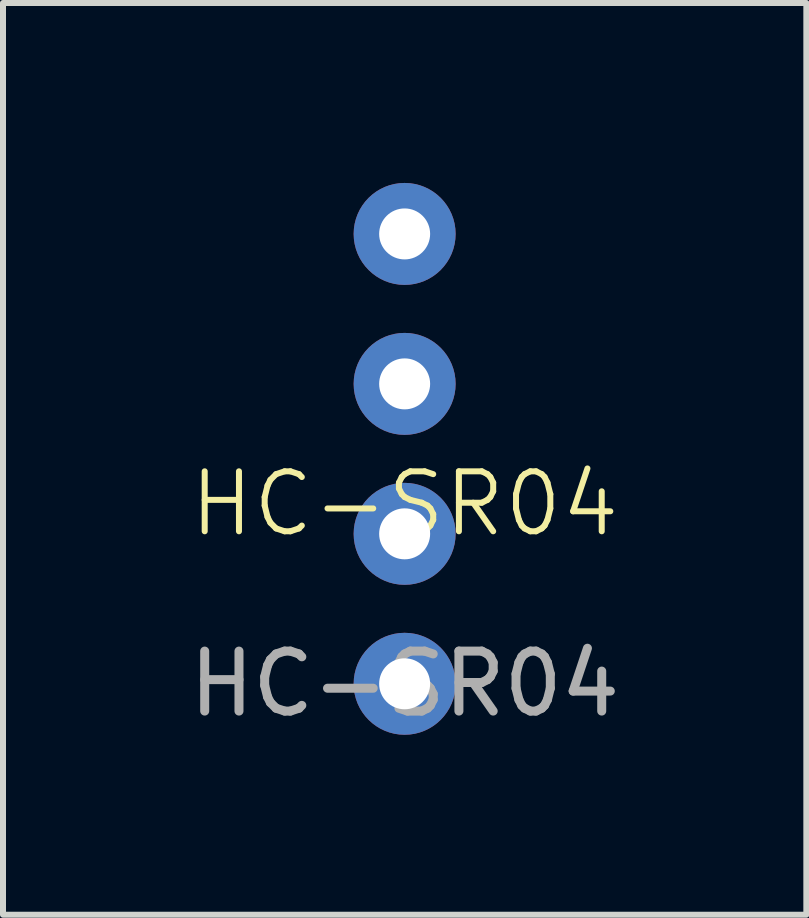
<source format=kicad_pcb>
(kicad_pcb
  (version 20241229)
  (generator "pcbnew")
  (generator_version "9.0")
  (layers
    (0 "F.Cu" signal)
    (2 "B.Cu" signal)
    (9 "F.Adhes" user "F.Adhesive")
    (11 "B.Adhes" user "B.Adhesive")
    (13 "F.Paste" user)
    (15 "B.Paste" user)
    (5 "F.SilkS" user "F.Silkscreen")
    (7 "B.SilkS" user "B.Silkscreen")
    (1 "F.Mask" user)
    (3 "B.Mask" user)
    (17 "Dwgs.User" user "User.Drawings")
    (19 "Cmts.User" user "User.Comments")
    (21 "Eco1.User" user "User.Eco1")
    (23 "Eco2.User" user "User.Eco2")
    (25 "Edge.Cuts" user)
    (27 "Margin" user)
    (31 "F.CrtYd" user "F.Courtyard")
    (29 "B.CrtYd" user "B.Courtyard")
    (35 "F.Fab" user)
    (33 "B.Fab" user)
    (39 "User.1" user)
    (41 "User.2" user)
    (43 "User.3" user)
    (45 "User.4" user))
  (footprint "HC-SR04"
    (layer "F.Cu")
    (at 3.696 5.85)
    (property "Reference" "HC-SR04" (at 0 -0.5 0) (unlocked yes) (layer "F.SilkS") (effects (font (size 1 1) (thickness 0.1))))
    (attr through_hole)
    (fp_text user "${REFERENCE}" (at 0 2.5 0) (unlocked yes) (layer "F.Fab") (effects (font (size 1 1) (thickness 0.15))))
    (pad "1" thru_hole circle (at 0 -5) (size 1.7 1.7) (drill 0.85) (layers "*.Cu" "*.Mask"))
    (pad "2" thru_hole circle (at 0 -2.5) (size 1.7 1.7) (drill 0.85) (layers "*.Cu" "*.Mask"))
    (pad "3" thru_hole circle (at 0 0) (size 1.7 1.7) (drill 0.85) (layers "*.Cu" "*.Mask"))
    (pad "4" thru_hole circle (at 0 2.5) (size 1.7 1.7) (drill 0.85) (layers "*.Cu" "*.Mask")))
  (gr_rect
    (start -3 -3)
    (end 10.393 12.2)
    (stroke (width 0.1) (type default))
    (fill no)
    (layer "Edge.Cuts")))
</source>
